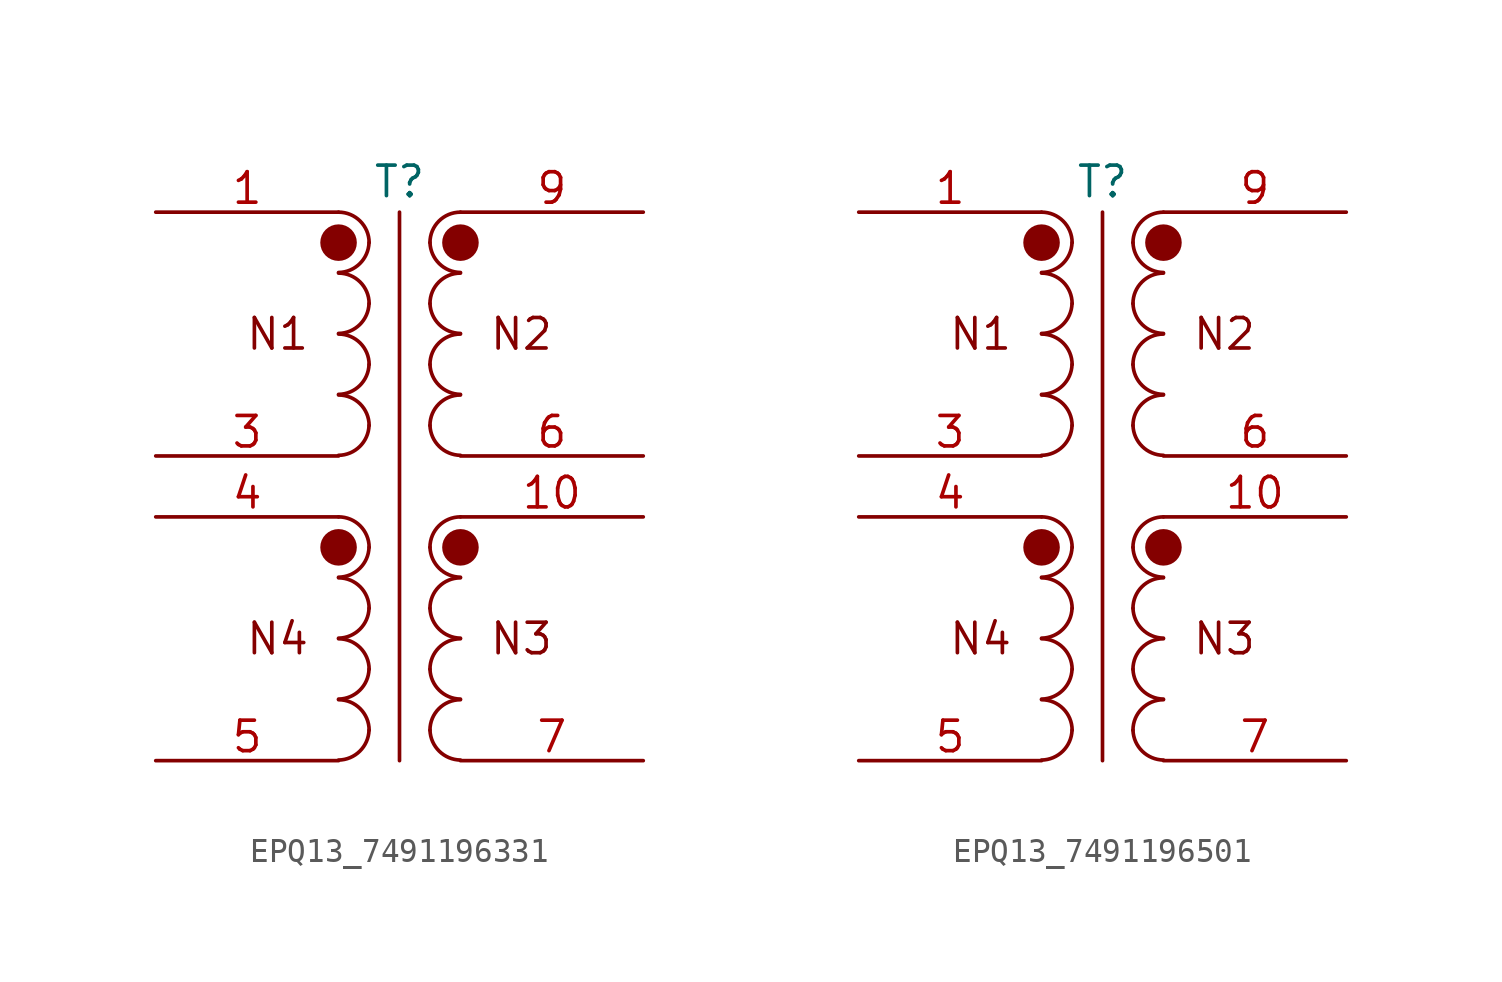
<source format=kicad_sym>
(kicad_symbol_lib
  (version 20220914)
  (generator kicad_symbol_editor)
  (symbol "EPQ13_7491196331"
    (pin_names hide)
    (property "Reference" "T"
      (at 0 12.7 0)
      (effects (font (size 1.27 1.27))))
    (property "Critical Parameter" ""
      (at 0 -5.08 0)
      (effects (font (size 1.27 1.27)) (justify left)))
    (symbol "EPQ13_7491196331_0_1"
      (arc (start -2.54 -11.4046) (mid -1.6561 -11.0363) (end -1.27 -10.16) (stroke (width 0) (type default)) (fill (type none)))
      (arc (start -2.54 -8.8646) (mid -1.6561 -8.4963) (end -1.27 -7.62) (stroke (width 0) (type default)) (fill (type none)))
      (arc (start -2.54 -6.3246) (mid -1.6561 -5.9563) (end -1.27 -5.08) (stroke (width 0) (type default)) (fill (type none)))
      (arc (start -2.54 -3.7846) (mid -1.6561 -3.4163) (end -1.27 -2.54) (stroke (width 0) (type default)) (fill (type none)))
      (arc (start -2.54 1.2954) (mid -1.6561 1.6637) (end -1.27 2.54) (stroke (width 0) (type default)) (fill (type none)))
      (arc (start -2.54 3.8354) (mid -1.6561 4.2037) (end -1.27 5.08) (stroke (width 0) (type default)) (fill (type none)))
      (arc (start -2.54 6.3754) (mid -1.6561 6.7437) (end -1.27 7.62) (stroke (width 0) (type default)) (fill (type none)))
      (arc (start -2.54 8.9154) (mid -1.6561 9.2837) (end -1.27 10.16) (stroke (width 0) (type default)) (fill (type none)))
      (arc (start -1.27 -10.16) (mid -1.642 -9.262) (end -2.54 -8.89) (stroke (width 0) (type default)) (fill (type none)))
      (arc (start -1.27 -7.62) (mid -1.642 -6.722) (end -2.54 -6.35) (stroke (width 0) (type default)) (fill (type none)))
      (arc (start -1.27 -5.08) (mid -1.642 -4.182) (end -2.54 -3.81) (stroke (width 0) (type default)) (fill (type none)))
      (arc (start -1.27 -2.54) (mid -1.642 -1.642) (end -2.54 -1.27) (stroke (width 0) (type default)) (fill (type none)))
      (arc (start -1.27 2.54) (mid -1.642 3.438) (end -2.54 3.81) (stroke (width 0) (type default)) (fill (type none)))
      (arc (start -1.27 5.08) (mid -1.642 5.978) (end -2.54 6.35) (stroke (width 0) (type default)) (fill (type none)))
      (arc (start -1.27 7.62) (mid -1.642 8.518) (end -2.54 8.89) (stroke (width 0) (type default)) (fill (type none)))
      (arc (start -1.27 10.16) (mid -1.642 11.058) (end -2.54 11.43) (stroke (width 0) (type default)) (fill (type none)))
      (polyline (pts (xy 0 -11.43) (xy 0 11.43)) (stroke (width 0) (type default)) (fill (type none)))
      (arc (start 1.27 -10.16) (mid 1.6561 -11.0363) (end 2.54 -11.4046) (stroke (width 0) (type default)) (fill (type none)))
      (arc (start 1.27 -7.62) (mid 1.6561 -8.4963) (end 2.54 -8.8646) (stroke (width 0) (type default)) (fill (type none)))
      (arc (start 1.27 -5.08) (mid 1.6561 -5.9563) (end 2.54 -6.3246) (stroke (width 0) (type default)) (fill (type none)))
      (arc (start 1.27 -2.54) (mid 1.6561 -3.4163) (end 2.54 -3.7846) (stroke (width 0) (type default)) (fill (type none)))
      (arc (start 1.27 2.54) (mid 1.6561 1.6637) (end 2.54 1.2954) (stroke (width 0) (type default)) (fill (type none)))
      (arc (start 1.27 5.08) (mid 1.6561 4.2037) (end 2.54 3.8354) (stroke (width 0) (type default)) (fill (type none)))
      (arc (start 1.27 7.62) (mid 1.6561 6.7437) (end 2.54 6.3754) (stroke (width 0) (type default)) (fill (type none)))
      (arc (start 1.27 10.16) (mid 1.6561 9.2837) (end 2.54 8.9154) (stroke (width 0) (type default)) (fill (type none)))
      (arc (start 2.54 -8.89) (mid 1.642 -9.262) (end 1.27 -10.16) (stroke (width 0) (type default)) (fill (type none)))
      (arc (start 2.54 -6.35) (mid 1.642 -6.722) (end 1.27 -7.62) (stroke (width 0) (type default)) (fill (type none)))
      (arc (start 2.54 -3.81) (mid 1.642 -4.182) (end 1.27 -5.08) (stroke (width 0) (type default)) (fill (type none)))
      (arc (start 2.54 -1.27) (mid 1.642 -1.642) (end 1.27 -2.54) (stroke (width 0) (type default)) (fill (type none)))
      (arc (start 2.54 3.81) (mid 1.642 3.438) (end 1.27 2.54) (stroke (width 0) (type default)) (fill (type none)))
      (arc (start 2.54 6.35) (mid 1.642 5.978) (end 1.27 5.08) (stroke (width 0) (type default)) (fill (type none)))
      (arc (start 2.54 8.89) (mid 1.642 8.518) (end 1.27 7.62) (stroke (width 0) (type default)) (fill (type none)))
      (arc (start 2.54 11.43) (mid 1.642 11.058) (end 1.27 10.16) (stroke (width 0) (type default)) (fill (type none))))
    (symbol "EPQ13_7491196331_1_1"
      (circle (center -2.54 -2.54) (radius 0.0001) (stroke (width 0.762) (type default)) (fill (type none)))
      (circle (center -2.54 10.16) (radius 0.0001) (stroke (width 0.762) (type default)) (fill (type none)))
      (circle (center 2.54 -2.54) (radius 0.0001) (stroke (width 0.762) (type default)) (fill (type none)))
      (circle (center 2.54 10.16) (radius 0.0001) (stroke (width 0.762) (type default)) (fill (type none)))
      (text "N1" (at -5.08 6.35 0) (effects (font (size 1.27 1.27))))
      (text "N2" (at 5.08 6.35 0) (effects (font (size 1.27 1.27))))
      (text "N4" (at -5.08 -6.35 0) (effects (font (size 1.27 1.27))))
      (text "N3" (at 5.08 -6.35 0) (effects (font (size 1.27 1.27))))
      (pin passive line (at -10.16 11.43 0) (length 7.62) (name "1" (effects (font (size 1.27 1.27)))) (number "1" (effects (font (size 1.27 1.27)))))
      (pin passive line (at -10.16 1.27 0) (length 7.62) (name "3" (effects (font (size 1.27 1.27)))) (number "3" (effects (font (size 1.27 1.27)))))
      (pin passive line (at -10.16 -1.27 0) (length 7.62) (name "4" (effects (font (size 1.27 1.27)))) (number "4" (effects (font (size 1.27 1.27)))))
      (pin passive line (at -10.16 -11.43 0) (length 7.62) (name "5" (effects (font (size 1.27 1.27)))) (number "5" (effects (font (size 1.27 1.27)))))
      (pin passive line (at 10.16 11.43 180) (length 7.62) (name "9" (effects (font (size 1.27 1.27)))) (number "9" (effects (font (size 1.27 1.27)))))
      (pin passive line (at 10.16 1.27 180) (length 7.62) (name "6" (effects (font (size 1.27 1.27)))) (number "6" (effects (font (size 1.27 1.27)))))
      (pin passive line (at 10.16 -1.27 180) (length 7.62) (name "10" (effects (font (size 1.27 1.27)))) (number "10" (effects (font (size 1.27 1.27)))))
      (pin passive line (at 10.16 -11.43 180) (length 7.62) (name "7" (effects (font (size 1.27 1.27)))) (number "7" (effects (font (size 1.27 1.27)))))))
  (symbol "EPQ13_7491196501"
    (pin_names hide)
    (property "Reference" "T"
      (at 0 12.7 0)
      (effects (font (size 1.27 1.27))))
    (property "Critical Parameter" ""
      (at 0 -5.08 0)
      (effects (font (size 1.27 1.27)) (justify left)))
    (symbol "EPQ13_7491196501_0_1"
      (arc (start -2.54 -11.4046) (mid -1.6561 -11.0363) (end -1.27 -10.16) (stroke (width 0) (type default)) (fill (type none)))
      (arc (start -2.54 -8.8646) (mid -1.6561 -8.4963) (end -1.27 -7.62) (stroke (width 0) (type default)) (fill (type none)))
      (arc (start -2.54 -6.3246) (mid -1.6561 -5.9563) (end -1.27 -5.08) (stroke (width 0) (type default)) (fill (type none)))
      (arc (start -2.54 -3.7846) (mid -1.6561 -3.4163) (end -1.27 -2.54) (stroke (width 0) (type default)) (fill (type none)))
      (arc (start -2.54 1.2954) (mid -1.6561 1.6637) (end -1.27 2.54) (stroke (width 0) (type default)) (fill (type none)))
      (arc (start -2.54 3.8354) (mid -1.6561 4.2037) (end -1.27 5.08) (stroke (width 0) (type default)) (fill (type none)))
      (arc (start -2.54 6.3754) (mid -1.6561 6.7437) (end -1.27 7.62) (stroke (width 0) (type default)) (fill (type none)))
      (arc (start -2.54 8.9154) (mid -1.6561 9.2837) (end -1.27 10.16) (stroke (width 0) (type default)) (fill (type none)))
      (arc (start -1.27 -10.16) (mid -1.642 -9.262) (end -2.54 -8.89) (stroke (width 0) (type default)) (fill (type none)))
      (arc (start -1.27 -7.62) (mid -1.642 -6.722) (end -2.54 -6.35) (stroke (width 0) (type default)) (fill (type none)))
      (arc (start -1.27 -5.08) (mid -1.642 -4.182) (end -2.54 -3.81) (stroke (width 0) (type default)) (fill (type none)))
      (arc (start -1.27 -2.54) (mid -1.642 -1.642) (end -2.54 -1.27) (stroke (width 0) (type default)) (fill (type none)))
      (arc (start -1.27 2.54) (mid -1.642 3.438) (end -2.54 3.81) (stroke (width 0) (type default)) (fill (type none)))
      (arc (start -1.27 5.08) (mid -1.642 5.978) (end -2.54 6.35) (stroke (width 0) (type default)) (fill (type none)))
      (arc (start -1.27 7.62) (mid -1.642 8.518) (end -2.54 8.89) (stroke (width 0) (type default)) (fill (type none)))
      (arc (start -1.27 10.16) (mid -1.642 11.058) (end -2.54 11.43) (stroke (width 0) (type default)) (fill (type none)))
      (polyline (pts (xy 0 -11.43) (xy 0 11.43)) (stroke (width 0) (type default)) (fill (type none)))
      (arc (start 1.27 -10.16) (mid 1.6561 -11.0363) (end 2.54 -11.4046) (stroke (width 0) (type default)) (fill (type none)))
      (arc (start 1.27 -7.62) (mid 1.6561 -8.4963) (end 2.54 -8.8646) (stroke (width 0) (type default)) (fill (type none)))
      (arc (start 1.27 -5.08) (mid 1.6561 -5.9563) (end 2.54 -6.3246) (stroke (width 0) (type default)) (fill (type none)))
      (arc (start 1.27 -2.54) (mid 1.6561 -3.4163) (end 2.54 -3.7846) (stroke (width 0) (type default)) (fill (type none)))
      (arc (start 1.27 2.54) (mid 1.6561 1.6637) (end 2.54 1.2954) (stroke (width 0) (type default)) (fill (type none)))
      (arc (start 1.27 5.08) (mid 1.6561 4.2037) (end 2.54 3.8354) (stroke (width 0) (type default)) (fill (type none)))
      (arc (start 1.27 7.62) (mid 1.6561 6.7437) (end 2.54 6.3754) (stroke (width 0) (type default)) (fill (type none)))
      (arc (start 1.27 10.16) (mid 1.6561 9.2837) (end 2.54 8.9154) (stroke (width 0) (type default)) (fill (type none)))
      (arc (start 2.54 -8.89) (mid 1.642 -9.262) (end 1.27 -10.16) (stroke (width 0) (type default)) (fill (type none)))
      (arc (start 2.54 -6.35) (mid 1.642 -6.722) (end 1.27 -7.62) (stroke (width 0) (type default)) (fill (type none)))
      (arc (start 2.54 -3.81) (mid 1.642 -4.182) (end 1.27 -5.08) (stroke (width 0) (type default)) (fill (type none)))
      (arc (start 2.54 -1.27) (mid 1.642 -1.642) (end 1.27 -2.54) (stroke (width 0) (type default)) (fill (type none)))
      (arc (start 2.54 3.81) (mid 1.642 3.438) (end 1.27 2.54) (stroke (width 0) (type default)) (fill (type none)))
      (arc (start 2.54 6.35) (mid 1.642 5.978) (end 1.27 5.08) (stroke (width 0) (type default)) (fill (type none)))
      (arc (start 2.54 8.89) (mid 1.642 8.518) (end 1.27 7.62) (stroke (width 0) (type default)) (fill (type none)))
      (arc (start 2.54 11.43) (mid 1.642 11.058) (end 1.27 10.16) (stroke (width 0) (type default)) (fill (type none))))
    (symbol "EPQ13_7491196501_1_1"
      (circle (center -2.54 -2.54) (radius 0.0001) (stroke (width 0.762) (type default)) (fill (type none)))
      (circle (center -2.54 10.16) (radius 0.0001) (stroke (width 0.762) (type default)) (fill (type none)))
      (circle (center 2.54 -2.54) (radius 0.0001) (stroke (width 0.762) (type default)) (fill (type none)))
      (circle (center 2.54 10.16) (radius 0.0001) (stroke (width 0.762) (type default)) (fill (type none)))
      (text "N1" (at -5.08 6.35 0) (effects (font (size 1.27 1.27))))
      (text "N2" (at 5.08 6.35 0) (effects (font (size 1.27 1.27))))
      (text "N4" (at -5.08 -6.35 0) (effects (font (size 1.27 1.27))))
      (text "N3" (at 5.08 -6.35 0) (effects (font (size 1.27 1.27))))
      (pin passive line (at -10.16 11.43 0) (length 7.62) (name "1" (effects (font (size 1.27 1.27)))) (number "1" (effects (font (size 1.27 1.27)))))
      (pin passive line (at -10.16 1.27 0) (length 7.62) (name "3" (effects (font (size 1.27 1.27)))) (number "3" (effects (font (size 1.27 1.27)))))
      (pin passive line (at -10.16 -1.27 0) (length 7.62) (name "4" (effects (font (size 1.27 1.27)))) (number "4" (effects (font (size 1.27 1.27)))))
      (pin passive line (at -10.16 -11.43 0) (length 7.62) (name "5" (effects (font (size 1.27 1.27)))) (number "5" (effects (font (size 1.27 1.27)))))
      (pin passive line (at 10.16 11.43 180) (length 7.62) (name "9" (effects (font (size 1.27 1.27)))) (number "9" (effects (font (size 1.27 1.27)))))
      (pin passive line (at 10.16 1.27 180) (length 7.62) (name "6" (effects (font (size 1.27 1.27)))) (number "6" (effects (font (size 1.27 1.27)))))
      (pin passive line (at 10.16 -1.27 180) (length 7.62) (name "10" (effects (font (size 1.27 1.27)))) (number "10" (effects (font (size 1.27 1.27)))))
      (pin passive line (at 10.16 -11.43 180) (length 7.62) (name "7" (effects (font (size 1.27 1.27)))) (number "7" (effects (font (size 1.27 1.27))))))))
</source>
